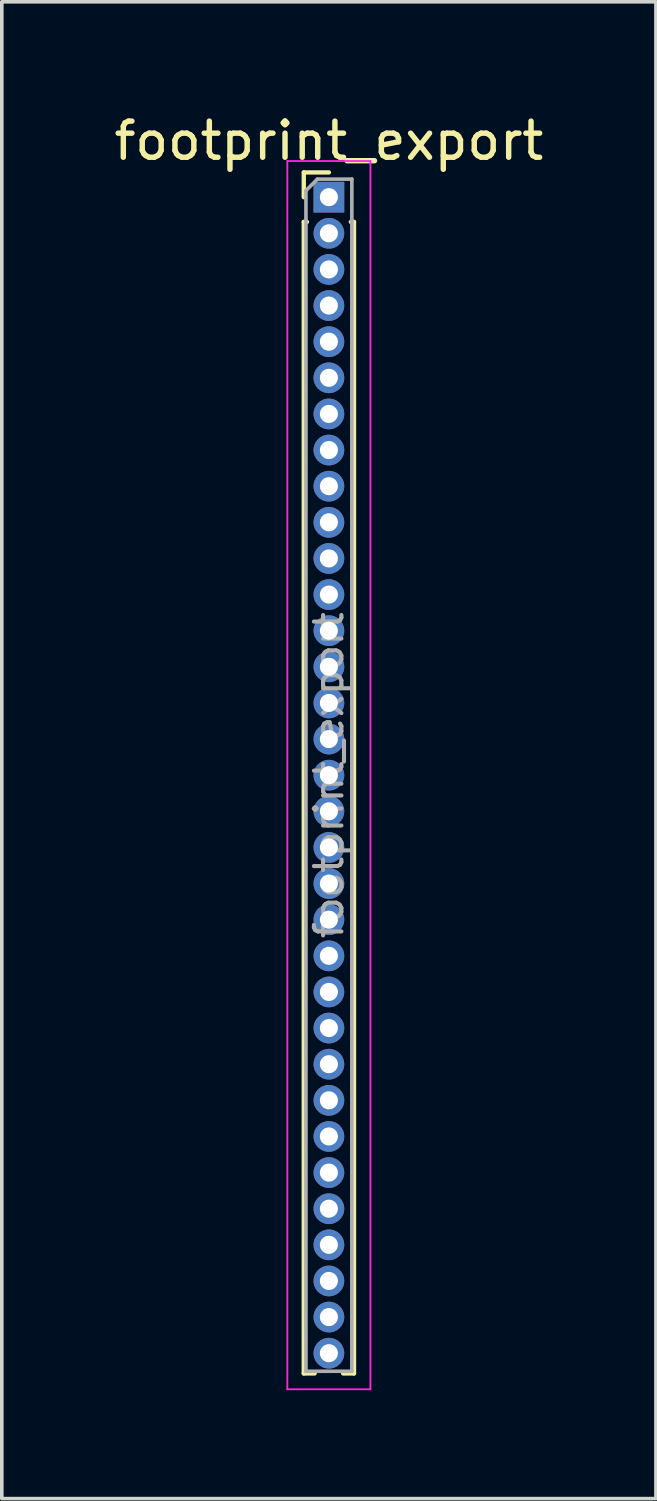
<source format=kicad_pcb>
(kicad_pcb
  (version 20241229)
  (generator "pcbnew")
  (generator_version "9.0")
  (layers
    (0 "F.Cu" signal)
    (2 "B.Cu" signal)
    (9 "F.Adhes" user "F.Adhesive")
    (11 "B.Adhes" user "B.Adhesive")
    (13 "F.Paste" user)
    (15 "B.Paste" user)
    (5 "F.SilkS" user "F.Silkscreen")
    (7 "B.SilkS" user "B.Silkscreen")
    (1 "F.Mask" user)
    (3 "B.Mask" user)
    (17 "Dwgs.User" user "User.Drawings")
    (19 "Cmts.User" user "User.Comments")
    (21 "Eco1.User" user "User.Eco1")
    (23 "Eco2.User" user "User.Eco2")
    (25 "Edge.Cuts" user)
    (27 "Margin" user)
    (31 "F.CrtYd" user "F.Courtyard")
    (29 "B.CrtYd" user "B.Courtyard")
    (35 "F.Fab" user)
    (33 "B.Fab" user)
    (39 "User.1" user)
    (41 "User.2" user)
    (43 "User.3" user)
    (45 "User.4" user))
  (footprint "footprint_export"
    (layer "F.Cu")
    (at 6.054 2.408)
    (property "Reference" "footprint_export" (at 0 -1.56 0) (layer "F.SilkS") (effects (font (size 1 1) (thickness 0.15))))
    (attr through_hole)
    (fp_line (start -0.695 -0.685) (end 0 -0.685) (stroke (width 0.12) (type solid)) (layer "F.SilkS"))
    (fp_line (start -0.695 0) (end -0.695 -0.685) (stroke (width 0.12) (type solid)) (layer "F.SilkS"))
    (fp_line (start -0.695 0.685) (end -0.695 32.56) (stroke (width 0.12) (type solid)) (layer "F.SilkS"))
    (fp_line (start -0.695 0.685) (end -0.608 0.685) (stroke (width 0.12) (type solid)) (layer "F.SilkS"))
    (fp_line (start -0.695 32.56) (end -0.394 32.56) (stroke (width 0.12) (type solid)) (layer "F.SilkS"))
    (fp_line (start 0.394 32.56) (end 0.695 32.56) (stroke (width 0.12) (type solid)) (layer "F.SilkS"))
    (fp_line (start 0.608 0.685) (end 0.695 0.685) (stroke (width 0.12) (type solid)) (layer "F.SilkS"))
    (fp_line (start 0.695 0.685) (end 0.695 32.56) (stroke (width 0.12) (type solid)) (layer "F.SilkS"))
    (fp_line (start -1.15 -1) (end -1.15 33) (stroke (width 0.05) (type solid)) (layer "F.CrtYd"))
    (fp_line (start -1.15 33) (end 1.15 33) (stroke (width 0.05) (type solid)) (layer "F.CrtYd"))
    (fp_line (start 1.15 -1) (end -1.15 -1) (stroke (width 0.05) (type solid)) (layer "F.CrtYd"))
    (fp_line (start 1.15 33) (end 1.15 -1) (stroke (width 0.05) (type solid)) (layer "F.CrtYd"))
    (fp_line (start -0.635 -0.182) (end -0.318 -0.5) (stroke (width 0.1) (type solid)) (layer "F.Fab"))
    (fp_line (start -0.635 32.5) (end -0.635 -0.182) (stroke (width 0.1) (type solid)) (layer "F.Fab"))
    (fp_line (start -0.318 -0.5) (end 0.635 -0.5) (stroke (width 0.1) (type solid)) (layer "F.Fab"))
    (fp_line (start 0.635 -0.5) (end 0.635 32.5) (stroke (width 0.1) (type solid)) (layer "F.Fab"))
    (fp_line (start 0.635 32.5) (end -0.635 32.5) (stroke (width 0.1) (type solid)) (layer "F.Fab"))
    (fp_text user "${REFERENCE}" (at 0 16 90) (layer "F.Fab") (effects (font (size 0.76 0.76) (thickness 0.114))))
    (pad "1" thru_hole rect (at 0 0) (size 0.85 0.85) (drill 0.5) (layers "*.Cu" "*.Mask"))
    (pad "2" thru_hole oval (at 0 1) (size 0.85 0.85) (drill 0.5) (layers "*.Cu" "*.Mask"))
    (pad "3" thru_hole oval (at 0 2) (size 0.85 0.85) (drill 0.5) (layers "*.Cu" "*.Mask"))
    (pad "4" thru_hole oval (at 0 3) (size 0.85 0.85) (drill 0.5) (layers "*.Cu" "*.Mask"))
    (pad "5" thru_hole oval (at 0 4) (size 0.85 0.85) (drill 0.5) (layers "*.Cu" "*.Mask"))
    (pad "6" thru_hole oval (at 0 5) (size 0.85 0.85) (drill 0.5) (layers "*.Cu" "*.Mask"))
    (pad "7" thru_hole oval (at 0 6) (size 0.85 0.85) (drill 0.5) (layers "*.Cu" "*.Mask"))
    (pad "8" thru_hole oval (at 0 7) (size 0.85 0.85) (drill 0.5) (layers "*.Cu" "*.Mask"))
    (pad "9" thru_hole oval (at 0 8) (size 0.85 0.85) (drill 0.5) (layers "*.Cu" "*.Mask"))
    (pad "10" thru_hole oval (at 0 9) (size 0.85 0.85) (drill 0.5) (layers "*.Cu" "*.Mask"))
    (pad "11" thru_hole oval (at 0 10) (size 0.85 0.85) (drill 0.5) (layers "*.Cu" "*.Mask"))
    (pad "12" thru_hole oval (at 0 11) (size 0.85 0.85) (drill 0.5) (layers "*.Cu" "*.Mask"))
    (pad "13" thru_hole oval (at 0 12) (size 0.85 0.85) (drill 0.5) (layers "*.Cu" "*.Mask"))
    (pad "14" thru_hole oval (at 0 13) (size 0.85 0.85) (drill 0.5) (layers "*.Cu" "*.Mask"))
    (pad "15" thru_hole oval (at 0 14) (size 0.85 0.85) (drill 0.5) (layers "*.Cu" "*.Mask"))
    (pad "16" thru_hole oval (at 0 15) (size 0.85 0.85) (drill 0.5) (layers "*.Cu" "*.Mask"))
    (pad "17" thru_hole oval (at 0 16) (size 0.85 0.85) (drill 0.5) (layers "*.Cu" "*.Mask"))
    (pad "18" thru_hole oval (at 0 17) (size 0.85 0.85) (drill 0.5) (layers "*.Cu" "*.Mask"))
    (pad "19" thru_hole oval (at 0 18) (size 0.85 0.85) (drill 0.5) (layers "*.Cu" "*.Mask"))
    (pad "20" thru_hole oval (at 0 19) (size 0.85 0.85) (drill 0.5) (layers "*.Cu" "*.Mask"))
    (pad "21" thru_hole oval (at 0 20) (size 0.85 0.85) (drill 0.5) (layers "*.Cu" "*.Mask"))
    (pad "22" thru_hole oval (at 0 21) (size 0.85 0.85) (drill 0.5) (layers "*.Cu" "*.Mask"))
    (pad "23" thru_hole oval (at 0 22) (size 0.85 0.85) (drill 0.5) (layers "*.Cu" "*.Mask"))
    (pad "24" thru_hole oval (at 0 23) (size 0.85 0.85) (drill 0.5) (layers "*.Cu" "*.Mask"))
    (pad "25" thru_hole oval (at 0 24) (size 0.85 0.85) (drill 0.5) (layers "*.Cu" "*.Mask"))
    (pad "26" thru_hole oval (at 0 25) (size 0.85 0.85) (drill 0.5) (layers "*.Cu" "*.Mask"))
    (pad "27" thru_hole oval (at 0 26) (size 0.85 0.85) (drill 0.5) (layers "*.Cu" "*.Mask"))
    (pad "28" thru_hole oval (at 0 27) (size 0.85 0.85) (drill 0.5) (layers "*.Cu" "*.Mask"))
    (pad "29" thru_hole oval (at 0 28) (size 0.85 0.85) (drill 0.5) (layers "*.Cu" "*.Mask"))
    (pad "30" thru_hole oval (at 0 29) (size 0.85 0.85) (drill 0.5) (layers "*.Cu" "*.Mask"))
    (pad "31" thru_hole oval (at 0 30) (size 0.85 0.85) (drill 0.5) (layers "*.Cu" "*.Mask"))
    (pad "32" thru_hole oval (at 0 31) (size 0.85 0.85) (drill 0.5) (layers "*.Cu" "*.Mask"))
    (pad "33" thru_hole oval (at 0 32) (size 0.85 0.85) (drill 0.5) (layers "*.Cu" "*.Mask")))
  (gr_rect
    (start -3 -3)
    (end 15.107 38.433)
    (stroke (width 0.1) (type default))
    (fill no)
    (layer "Edge.Cuts")))
</source>
